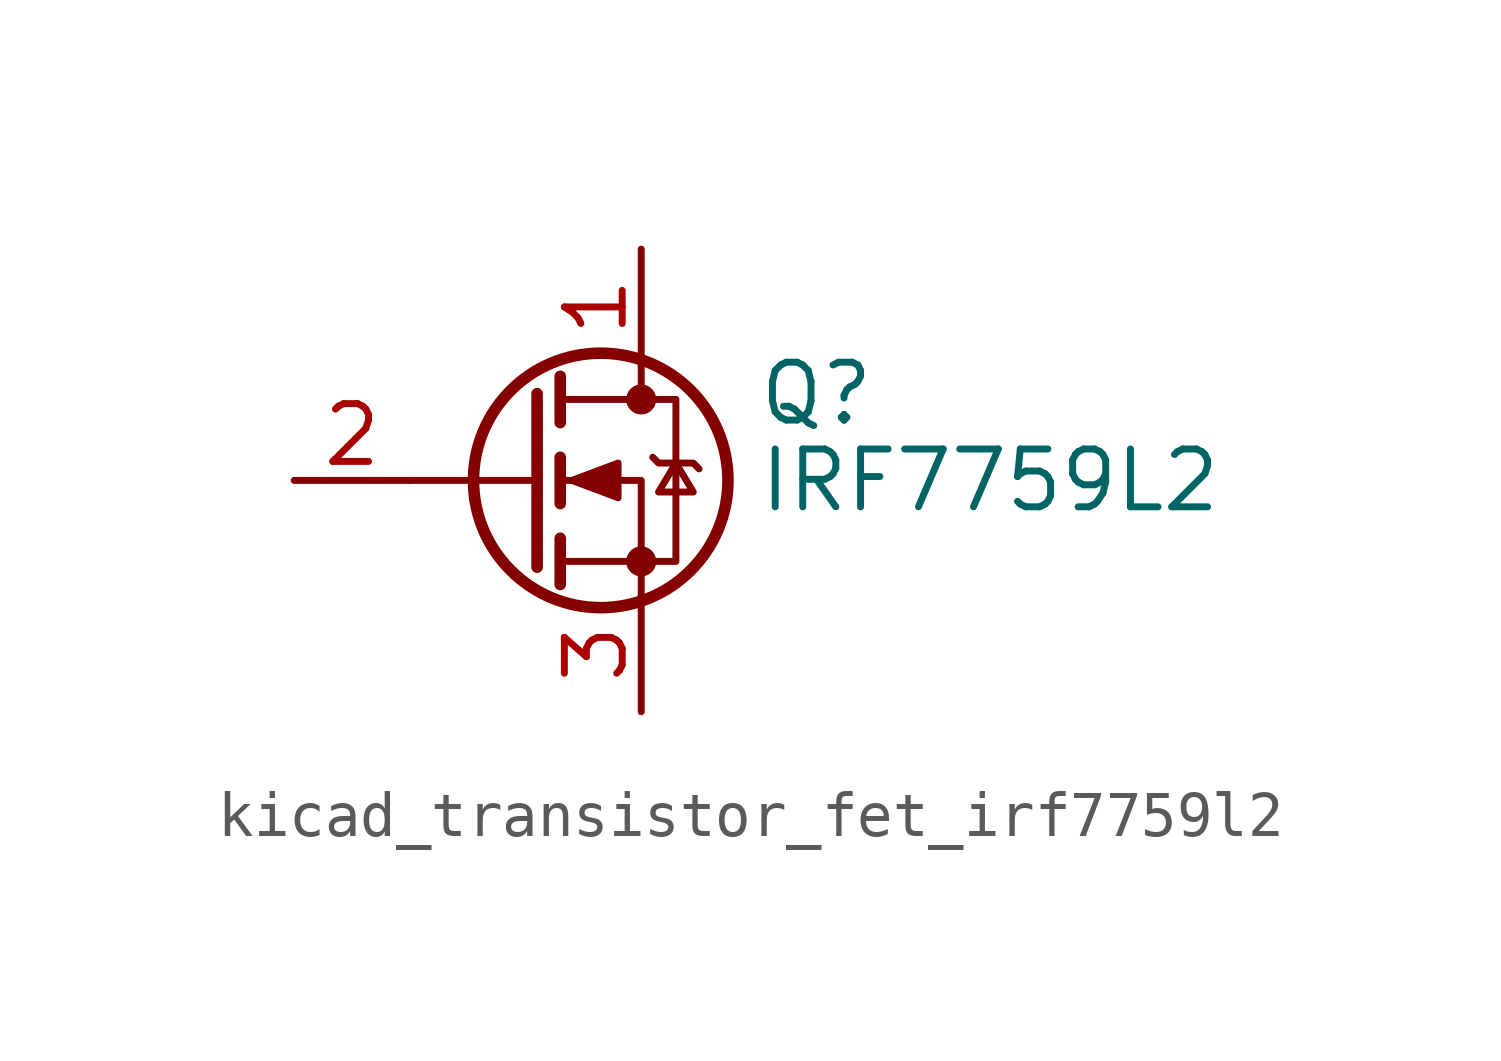
<source format=kicad_sym>
(kicad_symbol_lib
  (version 20220914)
  (generator kicad_symbol_editor)
  (symbol "kicad_transistor_fet_irf7759l2"
    (pin_names hide)
    (property "Reference" "Q"
      (at 5.08 1.905 0)
      (effects (font (size 1.27 1.27)) (justify left)))
    (property "Value" "IRF7759L2"
      (at 5.08 0 0)
      (effects (font (size 1.27 1.27)) (justify left)))
    (symbol "kicad_transistor_fet_irf7759l2_0_1"
      (polyline (pts (xy 0.254 0) (xy -2.54 0)) (stroke (width 0) (type default)) (fill (type none)))
      (polyline (pts (xy 0.254 1.905) (xy 0.254 -1.905)) (stroke (width 0.254) (type default)) (fill (type none)))
      (polyline (pts (xy 0.762 -1.27) (xy 0.762 -2.286)) (stroke (width 0.254) (type default)) (fill (type none)))
      (polyline (pts (xy 0.762 0.508) (xy 0.762 -0.508)) (stroke (width 0.254) (type default)) (fill (type none)))
      (polyline (pts (xy 0.762 2.286) (xy 0.762 1.27)) (stroke (width 0.254) (type default)) (fill (type none)))
      (polyline (pts (xy 2.54 2.54) (xy 2.54 1.778)) (stroke (width 0) (type default)) (fill (type none)))
      (polyline (pts (xy 2.54 -2.54) (xy 2.54 0) (xy 0.762 0)) (stroke (width 0) (type default)) (fill (type none)))
      (polyline (pts (xy 0.762 -1.778) (xy 3.302 -1.778) (xy 3.302 1.778) (xy 0.762 1.778)) (stroke (width 0) (type default)) (fill (type none)))
      (polyline (pts (xy 1.016 0) (xy 2.032 0.381) (xy 2.032 -0.381) (xy 1.016 0)) (stroke (width 0) (type default)) (fill (type outline)))
      (polyline (pts (xy 2.794 0.508) (xy 2.921 0.381) (xy 3.683 0.381) (xy 3.81 0.254)) (stroke (width 0) (type default)) (fill (type none)))
      (polyline (pts (xy 3.302 0.381) (xy 2.921 -0.254) (xy 3.683 -0.254) (xy 3.302 0.381)) (stroke (width 0) (type default)) (fill (type none)))
      (circle (center 1.651 0) (radius 2.794) (stroke (width 0.254) (type default)) (fill (type none)))
      (circle (center 2.54 -1.778) (radius 0.254) (stroke (width 0) (type default)) (fill (type outline)))
      (circle (center 2.54 1.778) (radius 0.254) (stroke (width 0) (type default)) (fill (type outline))))
    (symbol "kicad_transistor_fet_irf7759l2_1_1"
      (pin passive line (at 2.54 5.08 270) (length 2.54) (name "D" (effects (font (size 1.27 1.27)))) (number "1" (effects (font (size 1.27 1.27)))))
      (pin input line (at -5.08 0 0) (length 2.54) (name "G" (effects (font (size 1.27 1.27)))) (number "2" (effects (font (size 1.27 1.27)))))
      (pin passive line (at 2.54 -5.08 90) (length 2.54) (name "S" (effects (font (size 1.27 1.27)))) (number "3" (effects (font (size 1.27 1.27))))))))
</source>
